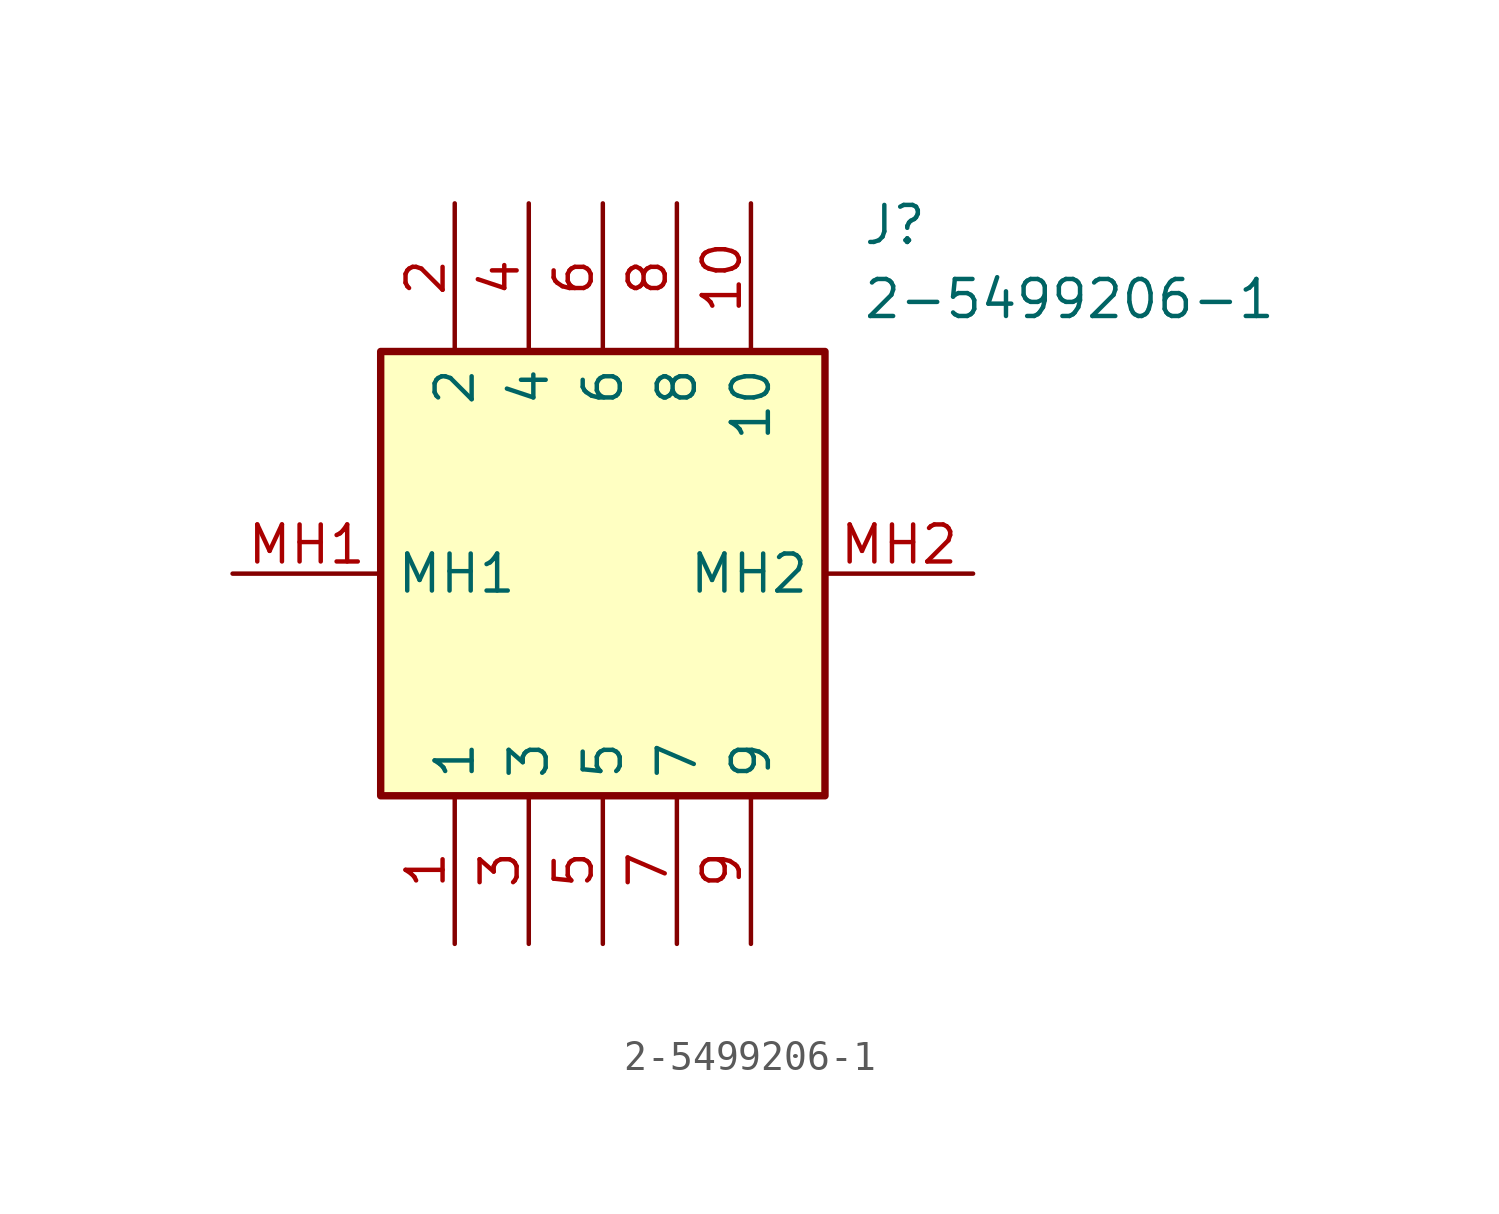
<source format=kicad_sym>
(kicad_symbol_lib
  (version 20211014)
  (generator SamacSys_ECAD_Model)
  (symbol "2-5499206-1"
    (property "Reference" "J"
      (at 21.59 12.7 0)
      (effects (font (size 1.27 1.27)) (justify left top)))
    (property "Value" "2-5499206-1"
      (at 21.59 10.16 0)
      (effects (font (size 1.27 1.27)) (justify left top)))
    (rectangle
      (start 5.08 7.62)
      (end 20.32 -7.62)
      (stroke (width 0.254) (type default))
      (fill (type background)))
    (pin passive line
      (at 7.62 -12.7 90)
      (length 5.08)
      (name "1" (effects (font (size 1.27 1.27))))
      (number "1" (effects (font (size 1.27 1.27)))))
    (pin passive line
      (at 7.62 12.7 270)
      (length 5.08)
      (name "2" (effects (font (size 1.27 1.27))))
      (number "2" (effects (font (size 1.27 1.27)))))
    (pin passive line
      (at 10.16 -12.7 90)
      (length 5.08)
      (name "3" (effects (font (size 1.27 1.27))))
      (number "3" (effects (font (size 1.27 1.27)))))
    (pin passive line
      (at 10.16 12.7 270)
      (length 5.08)
      (name "4" (effects (font (size 1.27 1.27))))
      (number "4" (effects (font (size 1.27 1.27)))))
    (pin passive line
      (at 12.7 -12.7 90)
      (length 5.08)
      (name "5" (effects (font (size 1.27 1.27))))
      (number "5" (effects (font (size 1.27 1.27)))))
    (pin passive line
      (at 12.7 12.7 270)
      (length 5.08)
      (name "6" (effects (font (size 1.27 1.27))))
      (number "6" (effects (font (size 1.27 1.27)))))
    (pin passive line
      (at 15.24 -12.7 90)
      (length 5.08)
      (name "7" (effects (font (size 1.27 1.27))))
      (number "7" (effects (font (size 1.27 1.27)))))
    (pin passive line
      (at 15.24 12.7 270)
      (length 5.08)
      (name "8" (effects (font (size 1.27 1.27))))
      (number "8" (effects (font (size 1.27 1.27)))))
    (pin passive line
      (at 17.78 -12.7 90)
      (length 5.08)
      (name "9" (effects (font (size 1.27 1.27))))
      (number "9" (effects (font (size 1.27 1.27)))))
    (pin passive line
      (at 17.78 12.7 270)
      (length 5.08)
      (name "10" (effects (font (size 1.27 1.27))))
      (number "10" (effects (font (size 1.27 1.27)))))
    (pin passive line
      (at 0 0 0)
      (length 5.08)
      (name "MH1" (effects (font (size 1.27 1.27))))
      (number "MH1" (effects (font (size 1.27 1.27)))))
    (pin passive line
      (at 25.4 0 180)
      (length 5.08)
      (name "MH2" (effects (font (size 1.27 1.27))))
      (number "MH2" (effects (font (size 1.27 1.27)))))))
</source>
